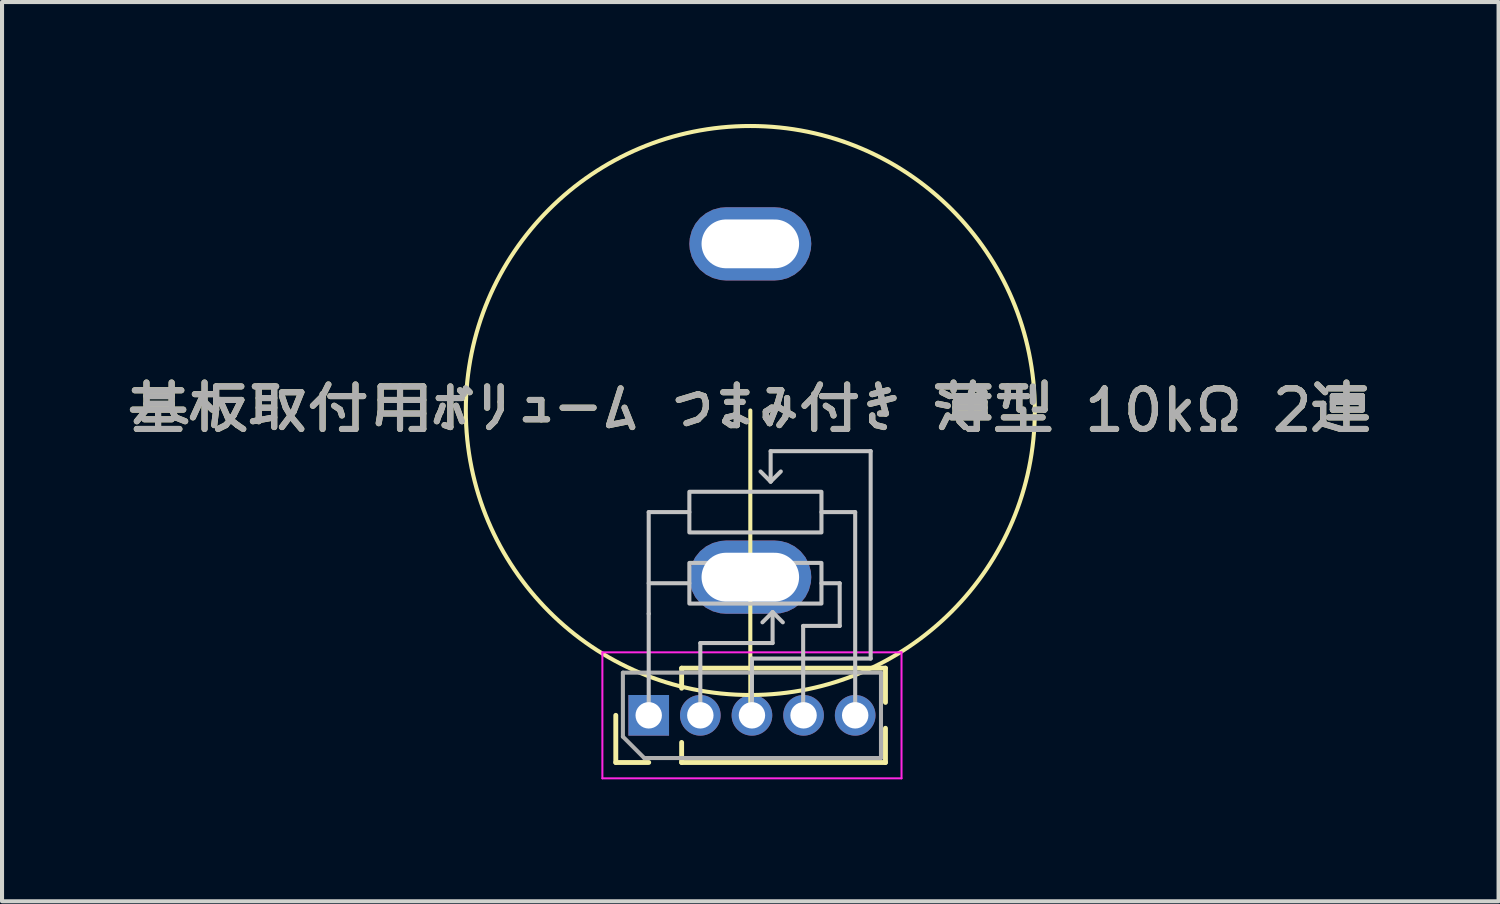
<source format=kicad_pcb>
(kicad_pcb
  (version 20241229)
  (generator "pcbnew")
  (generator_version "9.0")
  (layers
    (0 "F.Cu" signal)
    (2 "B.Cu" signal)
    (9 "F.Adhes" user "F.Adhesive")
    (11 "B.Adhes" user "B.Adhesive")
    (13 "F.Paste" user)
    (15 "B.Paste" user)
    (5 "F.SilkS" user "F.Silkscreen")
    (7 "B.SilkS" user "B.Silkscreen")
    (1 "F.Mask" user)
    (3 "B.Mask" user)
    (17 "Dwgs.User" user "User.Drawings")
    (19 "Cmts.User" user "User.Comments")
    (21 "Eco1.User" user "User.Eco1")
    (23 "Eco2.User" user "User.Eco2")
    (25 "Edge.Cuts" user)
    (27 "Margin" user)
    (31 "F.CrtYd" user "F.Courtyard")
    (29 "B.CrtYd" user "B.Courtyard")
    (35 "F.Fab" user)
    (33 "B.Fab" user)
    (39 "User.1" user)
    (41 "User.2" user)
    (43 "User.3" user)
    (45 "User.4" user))
  (footprint "基板取付用ボリューム つまみ付き 薄型 10kΩ 2連"
    (layer "F.Cu")
    (at 15.411 7.05)
    (property "Reference" "基板取付用ボリューム つまみ付き 薄型 10kΩ 2連" (at 0 0 180) (layer "F.SilkS") (effects (font (size 1 1) (thickness 0.15))))
    (attr through_hole)
    (fp_line (start -3.31 8.66) (end -3.31 7.5) (stroke (width 0.12) (type solid)) (layer "F.SilkS"))
    (fp_line (start -2.5 8.66) (end -3.31 8.66) (stroke (width 0.12) (type solid)) (layer "F.SilkS"))
    (fp_line (start -1.69 6.34) (end 3.325 6.34) (stroke (width 0.12) (type solid)) (layer "F.SilkS"))
    (fp_line (start -1.69 6.833) (end -1.69 6.34) (stroke (width 0.12) (type solid)) (layer "F.SilkS"))
    (fp_line (start -1.69 8.66) (end -1.69 8.167) (stroke (width 0.12) (type solid)) (layer "F.SilkS"))
    (fp_line (start -1.69 8.66) (end 3.325 8.66) (stroke (width 0.12) (type solid)) (layer "F.SilkS"))
    (fp_line (start 0 7.5) (end 0 0) (stroke (width 0.1) (type default)) (layer "F.SilkS"))
    (fp_line (start 3.325 7.182) (end 3.325 6.34) (stroke (width 0.12) (type solid)) (layer "F.SilkS"))
    (fp_line (start 3.325 8.66) (end 3.325 7.818) (stroke (width 0.12) (type solid)) (layer "F.SilkS"))
    (fp_circle (center 0 0) (end 0 -7) (stroke (width 0.1) (type solid)) (fill no) (layer "F.SilkS"))
    (fp_line (start -2.5 2.5) (end -1.5 2.5) (stroke (width 0.1) (type default)) (layer "Dwgs.User"))
    (fp_line (start -2.5 5) (end -2.5 2.5) (stroke (width 0.1) (type default)) (layer "Dwgs.User"))
    (fp_line (start -2.5 7.5) (end -2.5 5) (stroke (width 0.1) (type default)) (layer "Dwgs.User"))
    (fp_line (start -1.5 4.25) (end -2.5 4.25) (stroke (width 0.1) (type default)) (layer "Dwgs.User"))
    (fp_line (start -1.23 5.722) (end -1.23 7.5) (stroke (width 0.1) (type default)) (layer "Dwgs.User"))
    (fp_line (start 0.04 6.103) (end 0.04 7.5) (stroke (width 0.1) (type default)) (layer "Dwgs.User"))
    (fp_line (start 0.298 5.212) (end 0.548 4.962) (stroke (width 0.1) (type default)) (layer "Dwgs.User"))
    (fp_line (start 0.5 1) (end 2.961 1) (stroke (width 0.1) (type default)) (layer "Dwgs.User"))
    (fp_line (start 0.5 1.75) (end 0.25 1.5) (stroke (width 0.1) (type default)) (layer "Dwgs.User"))
    (fp_line (start 0.5 1.75) (end 0.5 1) (stroke (width 0.1) (type default)) (layer "Dwgs.User"))
    (fp_line (start 0.548 4.962) (end 0.548 5.722) (stroke (width 0.1) (type default)) (layer "Dwgs.User"))
    (fp_line (start 0.548 5.722) (end -1.23 5.722) (stroke (width 0.1) (type default)) (layer "Dwgs.User"))
    (fp_line (start 0.55 4.962) (end 0.8 5.212) (stroke (width 0.1) (type default)) (layer "Dwgs.User"))
    (fp_line (start 0.75 1.5) (end 0.5 1.75) (stroke (width 0.1) (type default)) (layer "Dwgs.User"))
    (fp_line (start 1.3 5.3) (end 1.3 7.5) (stroke (width 0.1) (type default)) (layer "Dwgs.User"))
    (fp_line (start 2.199 4.25) (end 1.75 4.25) (stroke (width 0.1) (type default)) (layer "Dwgs.User"))
    (fp_line (start 2.199 4.25) (end 2.2 5.3) (stroke (width 0.1) (type default)) (layer "Dwgs.User"))
    (fp_line (start 2.2 5.3) (end 1.3 5.3) (stroke (width 0.1) (type default)) (layer "Dwgs.User"))
    (fp_line (start 2.58 2.5) (end 1.75 2.5) (stroke (width 0.1) (type default)) (layer "Dwgs.User"))
    (fp_line (start 2.58 7.5) (end 2.58 2.5) (stroke (width 0.1) (type default)) (layer "Dwgs.User"))
    (fp_line (start 2.961 1) (end 2.961 6.103) (stroke (width 0.1) (type default)) (layer "Dwgs.User"))
    (fp_line (start 2.961 6.103) (end 0.04 6.103) (stroke (width 0.1) (type default)) (layer "Dwgs.User"))
    (fp_rect (start -1.5 2) (end 1.75 3) (stroke (width 0.1) (type default)) (fill no) (layer "Dwgs.User"))
    (fp_rect (start -1.5 3.75) (end 1.75 4.75) (stroke (width 0.1) (type default)) (fill no) (layer "Dwgs.User"))
    (fp_line (start -3.64 5.95) (end -3.64 9.05) (stroke (width 0.05) (type solid)) (layer "F.CrtYd"))
    (fp_line (start -3.64 9.05) (end 3.72 9.05) (stroke (width 0.05) (type solid)) (layer "F.CrtYd"))
    (fp_line (start 3.72 5.95) (end -3.64 5.95) (stroke (width 0.05) (type solid)) (layer "F.CrtYd"))
    (fp_line (start 3.72 9.05) (end 3.72 5.95) (stroke (width 0.05) (type solid)) (layer "F.CrtYd"))
    (fp_line (start -3.135 6.45) (end 3.215 6.45) (stroke (width 0.1) (type solid)) (layer "F.Fab"))
    (fp_line (start -3.135 8.025) (end -3.135 6.45) (stroke (width 0.1) (type solid)) (layer "F.Fab"))
    (fp_line (start -2.61 8.55) (end -3.135 8.025) (stroke (width 0.1) (type solid)) (layer "F.Fab"))
    (fp_line (start 3.215 6.45) (end 3.215 8.55) (stroke (width 0.1) (type solid)) (layer "F.Fab"))
    (fp_line (start 3.215 8.55) (end -2.61 8.55) (stroke (width 0.1) (type solid)) (layer "F.Fab"))
    (fp_text user "${REFERENCE}" (at 0 0 180) (layer "F.Fab") (effects (font (size 1 1) (thickness 0.15))))
    (pad "1" thru_hole rect (at -2.5 7.5 90) (size 1 1) (drill 0.65) (layers "*.Cu" "*.Mask"))
    (pad "2" thru_hole circle (at -1.23 7.5 90) (size 1 1) (drill 0.65) (layers "*.Cu" "*.Mask"))
    (pad "3" thru_hole circle (at 0.04 7.5 90) (size 1 1) (drill 0.65) (layers "*.Cu" "*.Mask"))
    (pad "4" thru_hole circle (at 1.31 7.5 90) (size 1 1) (drill 0.65) (layers "*.Cu" "*.Mask"))
    (pad "5" thru_hole circle (at 2.58 7.5 90) (size 1 1) (drill 0.65) (layers "*.Cu" "*.Mask"))
    (pad "6" thru_hole roundrect (at 0 -4.1) (size 3 1.8) (drill oval 2.4 1.2) (layers "*.Cu" "*.Mask") (roundrect_rratio 0.5))
    (pad "7" thru_hole roundrect (at 0 4.1) (size 3 1.8) (drill oval 2.4 1.2) (layers "*.Cu" "*.Mask") (roundrect_rratio 0.5)))
  (gr_rect
    (start -3 -3)
    (end 33.821 19.125)
    (stroke (width 0.1) (type default))
    (fill no)
    (layer "Edge.Cuts")))
</source>
